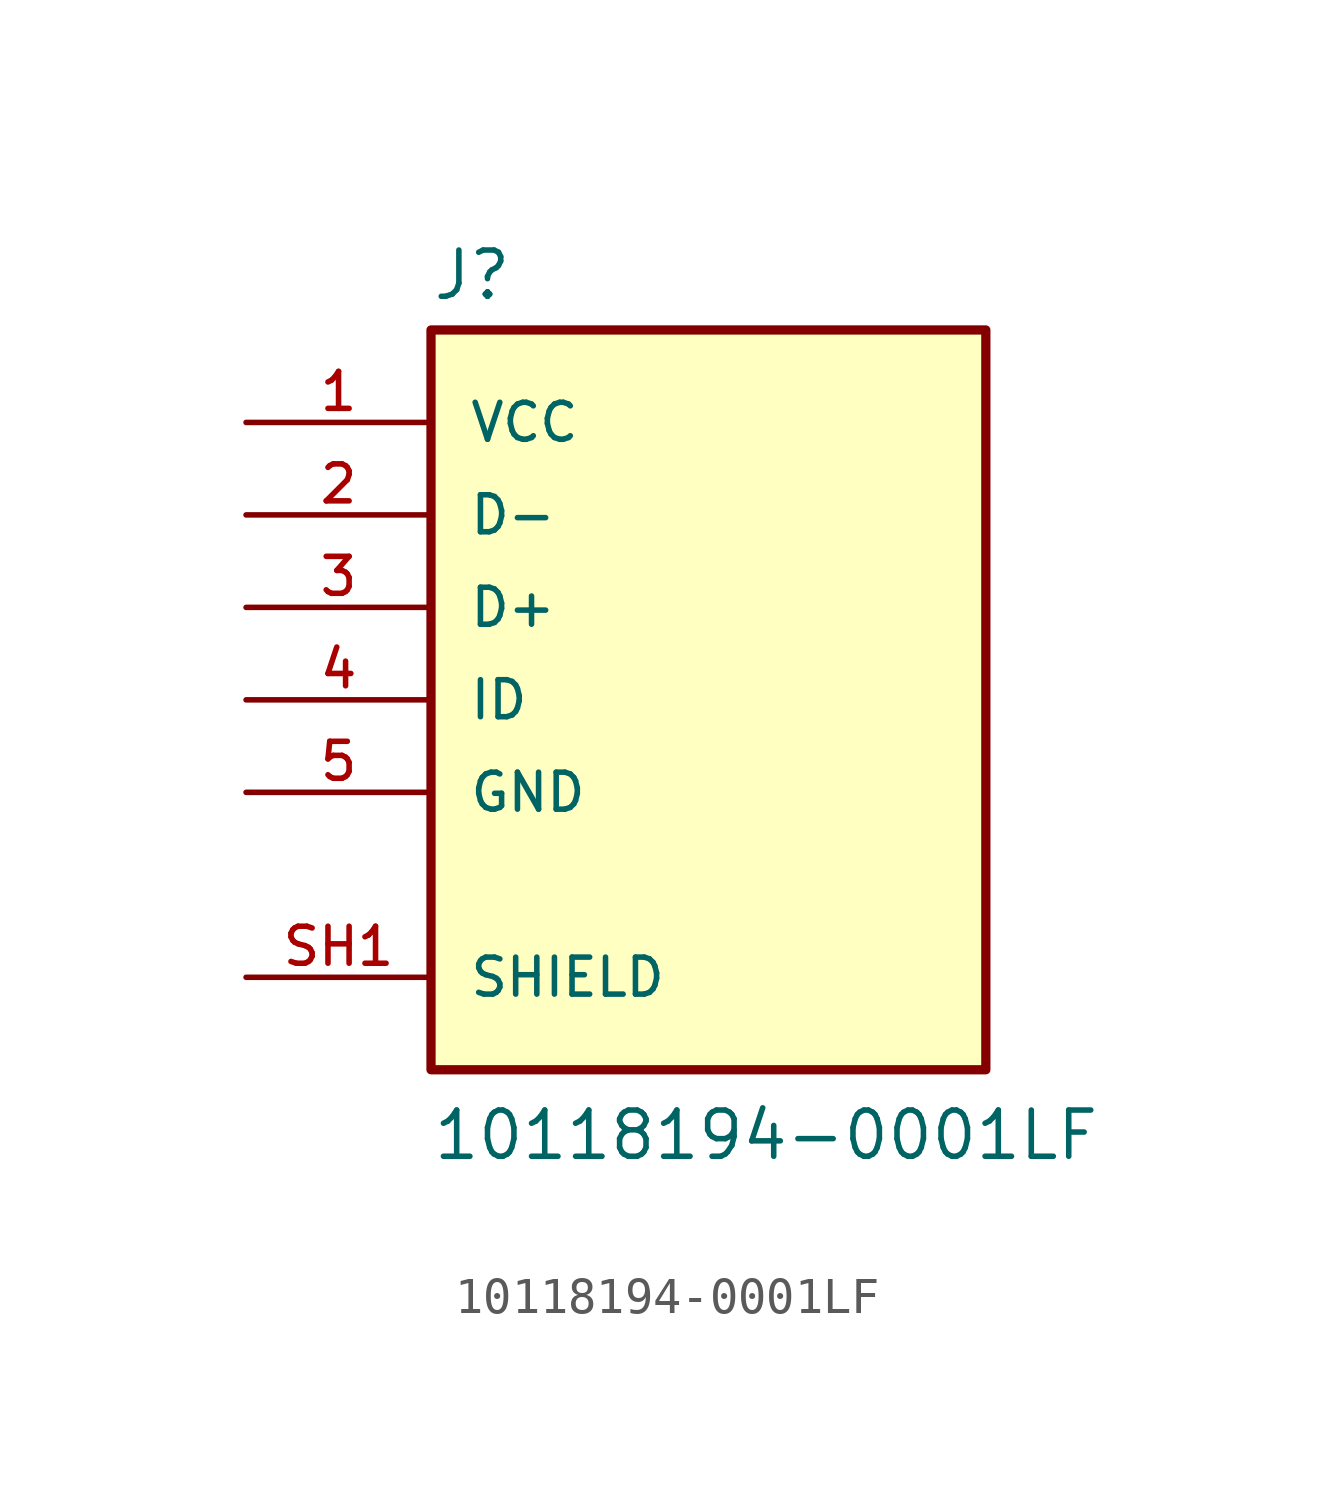
<source format=kicad_sym>
(kicad_symbol_lib
  (version 20211014)
  (generator kicad_symbol_editor)
  (symbol "10118194-0001LF"
    (pin_names
      (offset 1.016))
    (property "Reference" "J"
      (at -7.62 10.922 0)
      (effects (font (size 1.27 1.27)) (justify bottom left)))
    (property "Value" "10118194-0001LF"
      (at -7.62 -12.7 0)
      (effects (font (size 1.27 1.27)) (justify bottom left)))
    (symbol "10118194-0001LF_0_0"
      (rectangle (start -7.62 -10.16) (end 7.62 10.16) (stroke (width 0.254)) (fill (type background)))
      (pin power_in line (at -12.7 7.62 0) (length 5.08) (name "VCC" (effects (font (size 1.016 1.016)))) (number "1" (effects (font (size 1.016 1.016)))))
      (pin bidirectional line (at -12.7 5.08 0) (length 5.08) (name "D-" (effects (font (size 1.016 1.016)))) (number "2" (effects (font (size 1.016 1.016)))))
      (pin bidirectional line (at -12.7 2.54 0) (length 5.08) (name "D+" (effects (font (size 1.016 1.016)))) (number "3" (effects (font (size 1.016 1.016)))))
      (pin bidirectional line (at -12.7 0.0 0) (length 5.08) (name "ID" (effects (font (size 1.016 1.016)))) (number "4" (effects (font (size 1.016 1.016)))))
      (pin power_in line (at -12.7 -2.54 0) (length 5.08) (name "GND" (effects (font (size 1.016 1.016)))) (number "5" (effects (font (size 1.016 1.016)))))
      (pin passive line (at -12.7 -7.62 0) (length 5.08) (name "SHIELD" (effects (font (size 1.016 1.016)))) (number "SH1" (effects (font (size 1.016 1.016)))))
      (pin passive line (at -12.7 -7.62 0) (length 5.08) hide (name "SHIELD" (effects (font (size 1.016 1.016)))) (number "SH2" (effects (font (size 1.016 1.016)))))
      (pin passive line (at -12.7 -7.62 0) (length 5.08) hide (name "SHIELD" (effects (font (size 1.016 1.016)))) (number "SH3" (effects (font (size 1.016 1.016)))))
      (pin passive line (at -12.7 -7.62 0) (length 5.08) hide (name "SHIELD" (effects (font (size 1.016 1.016)))) (number "SH4" (effects (font (size 1.016 1.016)))))
      (pin passive line (at -12.7 -7.62 0) (length 5.08) hide (name "SHIELD" (effects (font (size 1.016 1.016)))) (number "SH5" (effects (font (size 1.016 1.016)))))
      (pin passive line (at -12.7 -7.62 0) (length 5.08) hide (name "SHIELD" (effects (font (size 1.016 1.016)))) (number "SH6" (effects (font (size 1.016 1.016))))))))
</source>
